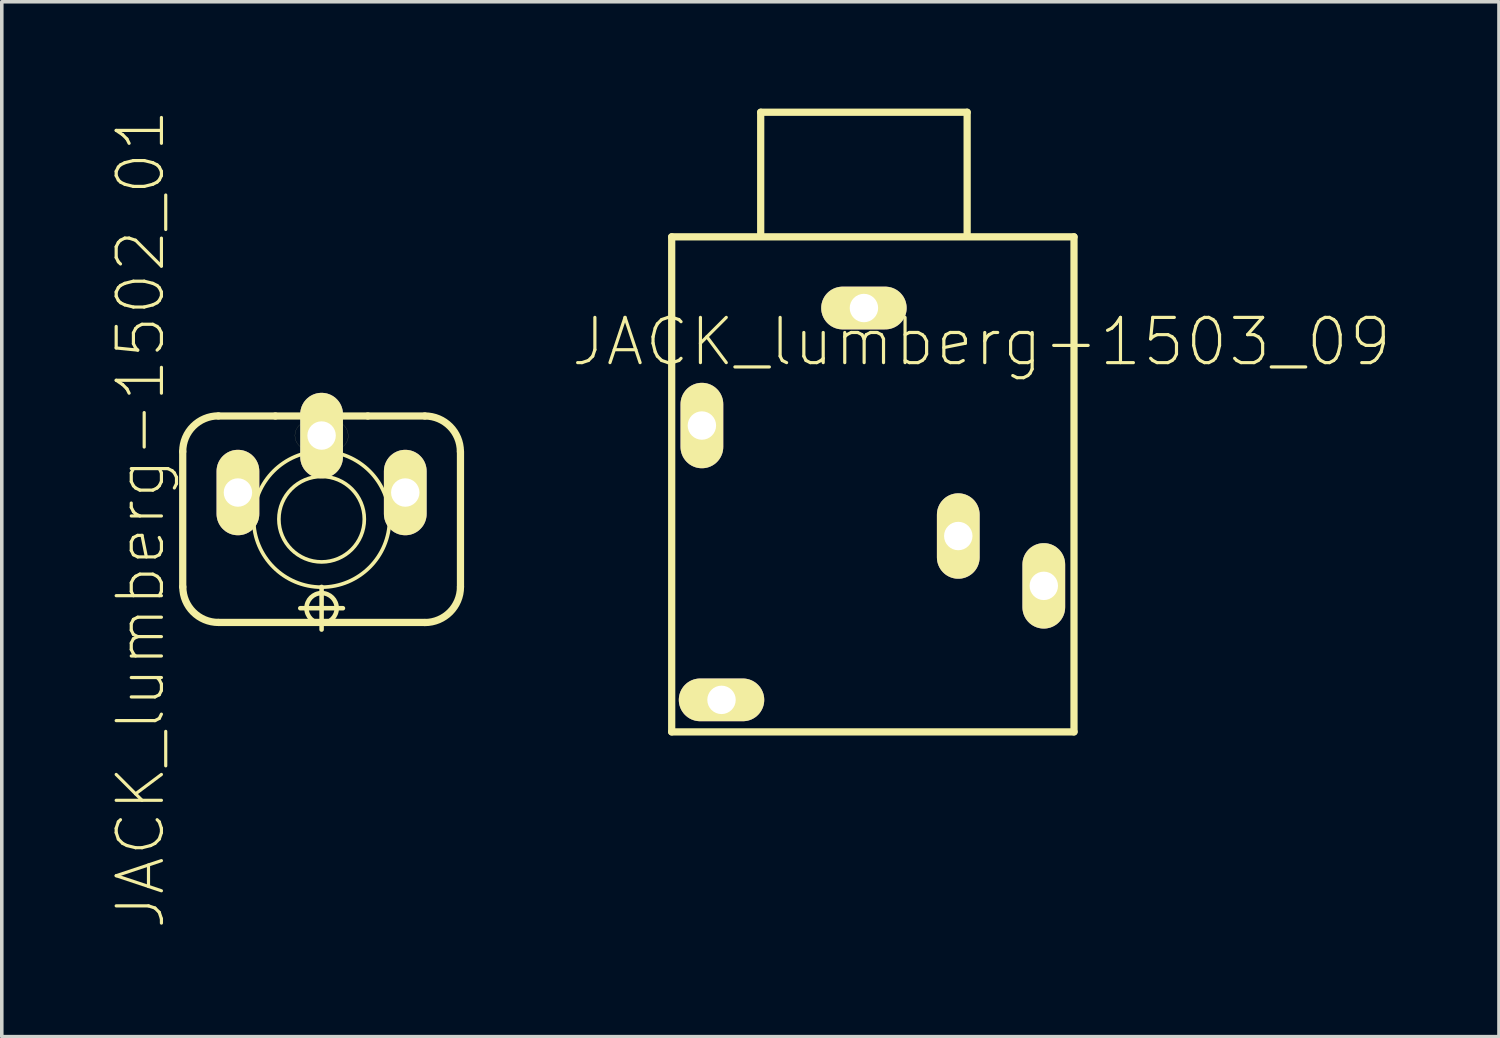
<source format=kicad_pcb>
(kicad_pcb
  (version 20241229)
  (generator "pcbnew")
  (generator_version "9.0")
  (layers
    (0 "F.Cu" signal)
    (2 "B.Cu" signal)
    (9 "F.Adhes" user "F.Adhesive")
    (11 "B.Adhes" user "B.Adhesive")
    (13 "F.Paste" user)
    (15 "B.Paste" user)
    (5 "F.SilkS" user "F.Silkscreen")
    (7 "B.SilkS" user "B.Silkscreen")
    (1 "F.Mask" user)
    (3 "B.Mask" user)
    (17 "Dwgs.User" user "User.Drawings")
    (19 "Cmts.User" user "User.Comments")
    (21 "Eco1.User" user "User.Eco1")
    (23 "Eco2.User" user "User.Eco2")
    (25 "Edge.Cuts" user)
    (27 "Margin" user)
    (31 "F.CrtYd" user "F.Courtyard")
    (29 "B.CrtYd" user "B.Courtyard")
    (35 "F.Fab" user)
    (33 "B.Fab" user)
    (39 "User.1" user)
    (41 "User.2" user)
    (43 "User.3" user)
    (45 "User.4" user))
  (footprint "JACK_lumberg-1502_01"
    (layer "F.Cu")
    (at 5.979 11.527)
    (property "Reference" "JACK_lumberg-1502_01" (at -5.08 0 90) (layer "F.SilkS") (effects (font (size 1.27 1.27) (thickness 0.089))))
    (attr exclude_from_pos_files exclude_from_bom)
    (fp_line (start -3.899 1.9) (end -3.899 -1.9) (stroke (width 0.203) (type solid)) (layer "F.SilkS"))
    (fp_line (start -2.898 -2.898) (end -1.298 -2.898) (stroke (width 0.203) (type solid)) (layer "F.SilkS"))
    (fp_line (start -2.748 -1.1) (end -2.748 -0.399) (stroke (width 0.003) (type solid)) (layer "F.SilkS"))
    (fp_line (start -1.948 -0.399) (end -1.948 -1.1) (stroke (width 0.003) (type solid)) (layer "F.SilkS"))
    (fp_line (start -1.298 -2.898) (end 1.298 -2.898) (stroke (width 0.203) (type solid)) (layer "F.SilkS"))
    (fp_line (start -0.599 2.499) (end 0.599 2.499) (stroke (width 0.127) (type solid)) (layer "F.SilkS"))
    (fp_line (start -0.348 -2.748) (end 0.348 -2.748) (stroke (width 0.003) (type solid)) (layer "F.SilkS"))
    (fp_line (start 0 3.099) (end 0 1.9) (stroke (width 0.127) (type solid)) (layer "F.SilkS"))
    (fp_line (start 0.348 -1.948) (end -0.348 -1.948) (stroke (width 0.003) (type solid)) (layer "F.SilkS"))
    (fp_line (start 1.298 -2.898) (end 2.898 -2.898) (stroke (width 0.203) (type solid)) (layer "F.SilkS"))
    (fp_line (start 1.948 -0.399) (end 1.948 -1.1) (stroke (width 0.003) (type solid)) (layer "F.SilkS"))
    (fp_line (start 2.748 -1.1) (end 2.748 -0.399) (stroke (width 0.003) (type solid)) (layer "F.SilkS"))
    (fp_line (start 2.898 2.898) (end -2.898 2.898) (stroke (width 0.203) (type solid)) (layer "F.SilkS"))
    (fp_line (start 3.899 -1.9) (end 3.899 1.9) (stroke (width 0.203) (type solid)) (layer "F.SilkS"))
    (fp_arc (start -3.8989 -1.89992) (mid -3.605784 -2.607564) (end -2.89814 -2.90068) (stroke (width 0.2032) (type solid)) (layer "F.SilkS"))
    (fp_arc (start -2.89814 2.89814) (mid -3.603988 2.605768) (end -3.89636 1.89992) (stroke (width 0.2032) (type solid)) (layer "F.SilkS"))
    (fp_arc (start -2.74828 -1.09982) (mid -2.63148 -1.3818) (end -2.3495 -1.4986) (stroke (width 0.00254) (type solid)) (layer "F.SilkS"))
    (fp_arc (start -2.3495 -1.4986) (mid -2.06752 -1.3818) (end -1.95072 -1.09982) (stroke (width 0.00254) (type solid)) (layer "F.SilkS"))
    (fp_arc (start -2.3495 0) (mid -2.63148 -0.1168) (end -2.74828 -0.39878) (stroke (width 0.00254) (type solid)) (layer "F.SilkS"))
    (fp_arc (start -1.94818 -0.39878) (mid -2.065724 -0.115004) (end -2.3495 0.00254) (stroke (width 0.00254) (type solid)) (layer "F.SilkS"))
    (fp_arc (start -0.7493 -2.3495) (mid -0.631756 -2.633276) (end -0.34798 -2.75082) (stroke (width 0.00254) (type solid)) (layer "F.SilkS"))
    (fp_arc (start -0.34798 -1.94818) (mid -0.631756 -2.065724) (end -0.7493 -2.3495) (stroke (width 0.00254) (type solid)) (layer "F.SilkS"))
    (fp_arc (start 0.34798 -2.74828) (mid 0.62996 -2.63148) (end 0.74676 -2.3495) (stroke (width 0.00254) (type solid)) (layer "F.SilkS"))
    (fp_arc (start 0.7493 -2.3495) (mid 0.631756 -2.065724) (end 0.34798 -1.94818) (stroke (width 0.00254) (type solid)) (layer "F.SilkS"))
    (fp_arc (start 1.94818 -1.09982) (mid 2.065724 -1.383596) (end 2.3495 -1.50114) (stroke (width 0.00254) (type solid)) (layer "F.SilkS"))
    (fp_arc (start 2.3495 -1.4986) (mid 2.63148 -1.3818) (end 2.74828 -1.09982) (stroke (width 0.00254) (type solid)) (layer "F.SilkS"))
    (fp_arc (start 2.3495 0) (mid 2.06752 -0.1168) (end 1.95072 -0.39878) (stroke (width 0.00254) (type solid)) (layer "F.SilkS"))
    (fp_arc (start 2.74828 -0.39878) (mid 2.63148 -0.1168) (end 2.3495 0) (stroke (width 0.00254) (type solid)) (layer "F.SilkS"))
    (fp_arc (start 2.89814 -2.89814) (mid 3.603988 -2.605768) (end 3.89636 -1.89992) (stroke (width 0.2032) (type solid)) (layer "F.SilkS"))
    (fp_arc (start 3.8989 1.89992) (mid 3.605784 2.607564) (end 2.89814 2.90068) (stroke (width 0.2032) (type solid)) (layer "F.SilkS"))
    (fp_circle (center 0 0) (end -1.349 1.349) (stroke (width 0.102) (type solid)) (fill no) (layer "F.SilkS"))
    (fp_circle (center 0 0) (end -0.848 0.848) (stroke (width 0.102) (type solid)) (fill no) (layer "F.SilkS"))
    (fp_circle (center 0 2.499) (end -0.3 2.799) (stroke (width 0.127) (type solid)) (fill no) (layer "F.SilkS"))
    (pad "1" thru_hole oval (at 0 -2.349) (size 1.199 2.398) (drill 0.798) (layers "*.Cu" "F.Mask" "F.SilkS" "F.Paste"))
    (pad "2" thru_hole oval (at -2.349 -0.749) (size 1.199 2.398) (drill 0.798) (layers "*.Cu" "F.Mask" "F.SilkS" "F.Paste"))
    (pad "3" thru_hole oval (at 2.349 -0.749) (size 1.199 2.398) (drill 0.798) (layers "*.Cu" "F.Mask" "F.SilkS" "F.Paste")))
  (footprint "JACK_lumberg-1503_09"
    (layer "F.Cu")
    (at 21.205 3.5)
    (property "Reference" "JACK_lumberg-1503_09" (at 3.302 3.048 0) (layer "F.SilkS") (effects (font (size 1.27 1.27) (thickness 0.089))))
    (attr exclude_from_pos_files exclude_from_bom)
    (fp_line (start -5.397 0.099) (end 5.898 0.099) (stroke (width 0.203) (type solid)) (layer "F.SilkS"))
    (fp_line (start -5.397 13.998) (end -5.397 0.099) (stroke (width 0.203) (type solid)) (layer "F.SilkS"))
    (fp_line (start -4.948 5.05) (end -4.948 5.748) (stroke (width 0.003) (type solid)) (layer "F.SilkS"))
    (fp_line (start -4.348 13.498) (end -3.65 13.498) (stroke (width 0.003) (type solid)) (layer "F.SilkS"))
    (fp_line (start -4.148 5.748) (end -4.148 5.05) (stroke (width 0.003) (type solid)) (layer "F.SilkS"))
    (fp_line (start -3.65 12.7) (end -4.348 12.7) (stroke (width 0.003) (type solid)) (layer "F.SilkS"))
    (fp_line (start -2.898 -3.399) (end 2.898 -3.399) (stroke (width 0.203) (type solid)) (layer "F.SilkS"))
    (fp_line (start -2.898 0) (end -2.898 -3.399) (stroke (width 0.203) (type solid)) (layer "F.SilkS"))
    (fp_line (start -0.348 2.499) (end 0.348 2.499) (stroke (width 0.003) (type solid)) (layer "F.SilkS"))
    (fp_line (start 0.348 1.699) (end -0.348 1.699) (stroke (width 0.003) (type solid)) (layer "F.SilkS"))
    (fp_line (start 2.248 8.148) (end 2.248 8.849) (stroke (width 0.003) (type solid)) (layer "F.SilkS"))
    (fp_line (start 2.898 -3.399) (end 2.898 0) (stroke (width 0.203) (type solid)) (layer "F.SilkS"))
    (fp_line (start 3.048 8.849) (end 3.048 8.148) (stroke (width 0.003) (type solid)) (layer "F.SilkS"))
    (fp_line (start 4.648 9.548) (end 4.648 10.249) (stroke (width 0.003) (type solid)) (layer "F.SilkS"))
    (fp_line (start 5.448 10.249) (end 5.448 9.548) (stroke (width 0.003) (type solid)) (layer "F.SilkS"))
    (fp_line (start 5.898 0.099) (end 5.898 13.998) (stroke (width 0.203) (type solid)) (layer "F.SilkS"))
    (fp_line (start 5.898 13.998) (end -5.397 13.998) (stroke (width 0.203) (type solid)) (layer "F.SilkS"))
    (fp_arc (start -4.94792 5.04952) (mid -4.83112 4.76754) (end -4.54914 4.65074) (stroke (width 0.00254) (type solid)) (layer "F.SilkS"))
    (fp_arc (start -4.7498 13.09878) (mid -4.632256 12.815004) (end -4.34848 12.69746) (stroke (width 0.00254) (type solid)) (layer "F.SilkS"))
    (fp_arc (start -4.54914 4.6482) (mid -4.265364 4.765744) (end -4.14782 5.04952) (stroke (width 0.00254) (type solid)) (layer "F.SilkS"))
    (fp_arc (start -4.54914 6.14934) (mid -4.832916 6.031796) (end -4.95046 5.74802) (stroke (width 0.00254) (type solid)) (layer "F.SilkS"))
    (fp_arc (start -4.34848 13.49756) (mid -4.63046 13.38076) (end -4.74726 13.09878) (stroke (width 0.00254) (type solid)) (layer "F.SilkS"))
    (fp_arc (start -4.14782 5.74802) (mid -4.265364 6.031796) (end -4.54914 6.14934) (stroke (width 0.00254) (type solid)) (layer "F.SilkS"))
    (fp_arc (start -3.64998 12.7) (mid -3.368 12.8168) (end -3.2512 13.09878) (stroke (width 0.00254) (type solid)) (layer "F.SilkS"))
    (fp_arc (start -3.24866 13.09878) (mid -3.366204 13.382556) (end -3.64998 13.5001) (stroke (width 0.00254) (type solid)) (layer "F.SilkS"))
    (fp_arc (start -0.7493 2.09804) (mid -0.631756 1.814264) (end -0.34798 1.69672) (stroke (width 0.00254) (type solid)) (layer "F.SilkS"))
    (fp_arc (start -0.34798 2.49936) (mid -0.631756 2.381816) (end -0.7493 2.09804) (stroke (width 0.00254) (type solid)) (layer "F.SilkS"))
    (fp_arc (start 0.34798 1.69926) (mid 0.62996 1.81606) (end 0.74676 2.09804) (stroke (width 0.00254) (type solid)) (layer "F.SilkS"))
    (fp_arc (start 0.7493 2.09804) (mid 0.631756 2.381816) (end 0.34798 2.49936) (stroke (width 0.00254) (type solid)) (layer "F.SilkS"))
    (fp_arc (start 2.2479 8.14832) (mid 2.365444 7.864544) (end 2.64922 7.747) (stroke (width 0.00254) (type solid)) (layer "F.SilkS"))
    (fp_arc (start 2.64922 7.74954) (mid 2.9312 7.86634) (end 3.048 8.14832) (stroke (width 0.00254) (type solid)) (layer "F.SilkS"))
    (fp_arc (start 2.64922 9.24814) (mid 2.36724 9.13134) (end 2.25044 8.84936) (stroke (width 0.00254) (type solid)) (layer "F.SilkS"))
    (fp_arc (start 3.048 8.84936) (mid 2.9312 9.13134) (end 2.64922 9.24814) (stroke (width 0.00254) (type solid)) (layer "F.SilkS"))
    (fp_arc (start 4.6482 9.54786) (mid 4.765744 9.264084) (end 5.04952 9.14654) (stroke (width 0.00254) (type solid)) (layer "F.SilkS"))
    (fp_arc (start 5.04952 9.14908) (mid 5.3315 9.26588) (end 5.4483 9.54786) (stroke (width 0.00254) (type solid)) (layer "F.SilkS"))
    (fp_arc (start 5.04952 10.64768) (mid 4.76754 10.53088) (end 4.65074 10.2489) (stroke (width 0.00254) (type solid)) (layer "F.SilkS"))
    (fp_arc (start 5.4483 10.2489) (mid 5.3315 10.53088) (end 5.04952 10.64768) (stroke (width 0.00254) (type solid)) (layer "F.SilkS"))
    (pad "1" thru_hole oval (at 0 2.098) (size 2.398 1.199) (drill 0.798) (layers "*.Cu" "F.Mask" "F.SilkS" "F.Paste"))
    (pad "2" thru_hole oval (at -4.549 5.397) (size 1.199 2.398) (drill 0.798) (layers "*.Cu" "F.Mask" "F.SilkS" "F.Paste"))
    (pad "3" thru_hole oval (at 5.05 9.898) (size 1.199 2.398) (drill 0.798) (layers "*.Cu" "F.Mask" "F.SilkS" "F.Paste"))
    (pad "4" thru_hole oval (at -3.998 13.099) (size 2.398 1.199) (drill 0.798) (layers "*.Cu" "F.Mask" "F.SilkS" "F.Paste"))
    (pad "5" thru_hole oval (at 2.649 8.499) (size 1.199 2.398) (drill 0.798) (layers "*.Cu" "F.Mask" "F.SilkS" "F.Paste")))
  (gr_rect
    (start -3 -3)
    (end 39.034 26.054)
    (stroke (width 0.1) (type default))
    (fill no)
    (layer "Edge.Cuts")))
</source>
